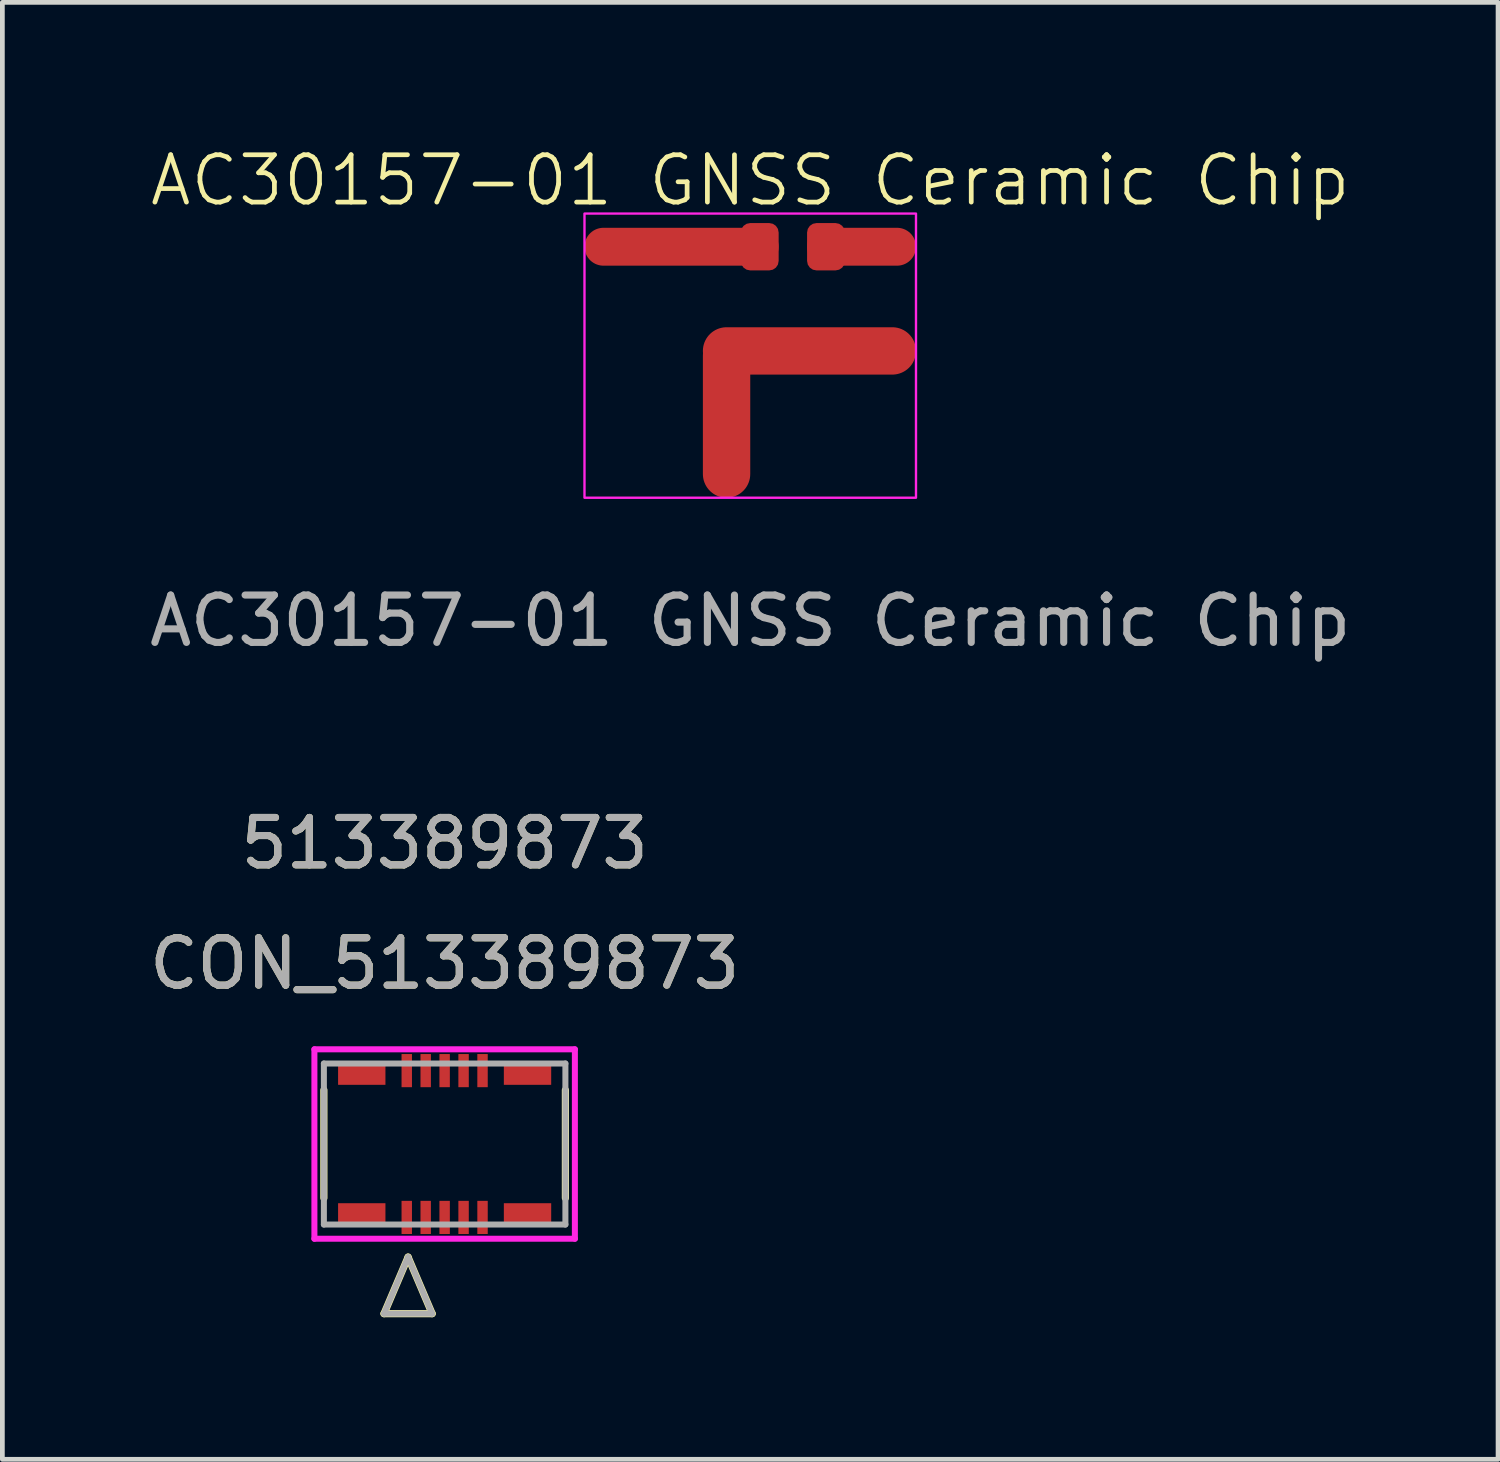
<source format=kicad_pcb>
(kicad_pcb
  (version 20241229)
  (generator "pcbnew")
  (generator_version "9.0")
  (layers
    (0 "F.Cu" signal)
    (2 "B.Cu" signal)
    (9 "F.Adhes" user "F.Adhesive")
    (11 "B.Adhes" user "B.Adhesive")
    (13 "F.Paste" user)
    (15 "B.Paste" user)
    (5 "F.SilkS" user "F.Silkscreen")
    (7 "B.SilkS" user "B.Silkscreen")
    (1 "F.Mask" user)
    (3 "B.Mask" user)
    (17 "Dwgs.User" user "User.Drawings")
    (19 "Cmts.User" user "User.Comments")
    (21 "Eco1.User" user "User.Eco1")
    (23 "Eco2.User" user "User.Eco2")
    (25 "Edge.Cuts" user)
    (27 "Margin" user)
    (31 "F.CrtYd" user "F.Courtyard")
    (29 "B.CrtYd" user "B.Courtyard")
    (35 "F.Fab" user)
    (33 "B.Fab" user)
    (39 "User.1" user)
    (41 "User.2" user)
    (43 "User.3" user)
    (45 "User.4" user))
  (footprint "CON_513389873"
    (layer "F.Cu")
    (at 6.339 21.107)
    (property "Reference" "CON_513389873" (at 0 -3.81 0) (unlocked yes) (layer "F.SilkS") (effects (font (size 1 1) (thickness 0.15))))
    (attr smd)
    (fp_line (start -2.55 -1.139) (end -2.55 1.139) (stroke (width 0.152) (type solid)) (layer "F.SilkS"))
    (fp_line (start -1.28 3.582) (end -0.772 2.388) (stroke (width 0.152) (type solid)) (layer "F.SilkS"))
    (fp_line (start -1.28 3.582) (end -0.264 3.582) (stroke (width 0.152) (type solid)) (layer "F.SilkS"))
    (fp_line (start -0.264 3.582) (end -0.772 2.388) (stroke (width 0.152) (type solid)) (layer "F.SilkS"))
    (fp_line (start 2.55 1.139) (end 2.55 -1.139) (stroke (width 0.152) (type solid)) (layer "F.SilkS"))
    (fp_line (start -2.75 -2) (end -2.75 2) (stroke (width 0.127) (type solid)) (layer "F.CrtYd"))
    (fp_line (start -2.75 2) (end 2.75 2) (stroke (width 0.127) (type solid)) (layer "F.CrtYd"))
    (fp_line (start 2.75 -2) (end -2.75 -2) (stroke (width 0.127) (type solid)) (layer "F.CrtYd"))
    (fp_line (start 2.75 2) (end 2.75 -2) (stroke (width 0.127) (type solid)) (layer "F.CrtYd"))
    (fp_line (start -2.55 -1.7) (end -2.55 1.7) (stroke (width 0.127) (type solid)) (layer "F.Fab"))
    (fp_line (start -2.55 1.7) (end 2.55 1.7) (stroke (width 0.127) (type solid)) (layer "F.Fab"))
    (fp_line (start -1.28 3.582) (end -0.772 2.388) (stroke (width 0.127) (type solid)) (layer "F.Fab"))
    (fp_line (start -1.28 3.582) (end -0.264 3.582) (stroke (width 0.127) (type solid)) (layer "F.Fab"))
    (fp_line (start -0.264 3.582) (end -0.772 2.388) (stroke (width 0.127) (type solid)) (layer "F.Fab"))
    (fp_line (start 2.55 -1.7) (end -2.55 -1.7) (stroke (width 0.127) (type solid)) (layer "F.Fab"))
    (fp_line (start 2.55 1.7) (end 2.55 -1.7) (stroke (width 0.127) (type solid)) (layer "F.Fab"))
    (fp_text user "513389873" (at 0 -6.35 0) (unlocked yes) (layer "F.SilkS") (effects (font (size 1 1) (thickness 0.15))))
    (fp_text user "513389873" (at 0 -6.35 0) (unlocked yes) (layer "F.Fab") (effects (font (size 1 1) (thickness 0.15))))
    (fp_text user "${REFERENCE}" (at 0 -3.81 0) (unlocked yes) (layer "F.Fab") (effects (font (size 1 1) (thickness 0.15))))
    (pad "1" smd rect (at -0.8 1.55) (size 0.22 0.7) (layers "F.Cu" "F.Mask" "F.Paste"))
    (pad "2" smd rect (at -0.4 1.55) (size 0.22 0.7) (layers "F.Cu" "F.Mask" "F.Paste"))
    (pad "3" smd rect (at 0 1.55) (size 0.22 0.7) (layers "F.Cu" "F.Mask" "F.Paste"))
    (pad "4" smd rect (at 0.4 1.55) (size 0.22 0.7) (layers "F.Cu" "F.Mask" "F.Paste"))
    (pad "5" smd rect (at 0.8 1.55) (size 0.22 0.7) (layers "F.Cu" "F.Mask" "F.Paste"))
    (pad "6" smd rect (at -0.8 -1.55) (size 0.22 0.7) (layers "F.Cu" "F.Mask" "F.Paste"))
    (pad "7" smd rect (at -0.4 -1.55) (size 0.22 0.7) (layers "F.Cu" "F.Mask" "F.Paste"))
    (pad "8" smd rect (at 0 -1.55) (size 0.22 0.7) (layers "F.Cu" "F.Mask" "F.Paste"))
    (pad "9" smd rect (at 0.4 -1.55) (size 0.22 0.7) (layers "F.Cu" "F.Mask" "F.Paste"))
    (pad "10" smd rect (at 0.8 -1.55) (size 0.22 0.7) (layers "F.Cu" "F.Mask" "F.Paste"))
    (pad "P1" smd rect (at -1.75 1.5) (size 1 0.5) (layers "F.Cu" "F.Mask" "F.Paste"))
    (pad "P2" smd rect (at 1.75 1.5) (size 1 0.5) (layers "F.Cu" "F.Mask" "F.Paste"))
    (pad "P3" smd rect (at -1.75 -1.5) (size 1 0.5) (layers "F.Cu" "F.Mask" "F.Paste"))
    (pad "P4" smd rect (at 1.75 -1.5) (size 1 0.5) (layers "F.Cu" "F.Mask" "F.Paste")))
  (footprint "AC30157-01 GNSS Ceramic Chip"
    (layer "F.Cu")
    (at 12.792 4.46)
    (property "Reference" "AC30157-01 GNSS Ceramic Chip" (at 0 -3.7 0) (unlocked yes) (layer "F.SilkS") (effects (font (size 1 1) (thickness 0.1))))
    (attr smd)
    (fp_line (start -0.5 -0.1) (end 3 -0.1) (stroke (width 1) (type default)) (layer "F.Cu"))
    (fp_line (start -0.5 2.5) (end -0.5 0) (stroke (width 1) (type default)) (layer "F.Cu"))
    (fp_line (start 0.2 -2.3) (end -3.1 -2.3) (stroke (width 0.8) (type default)) (layer "F.Cu"))
    (fp_line (start 1.6 -2.3) (end 3.1 -2.3) (stroke (width 0.8) (type default)) (layer "F.Cu"))
    (fp_rect (start -3.5 -3) (end 3.5 3) (stroke (width 0.05) (type default)) (fill no) (layer "F.CrtYd"))
    (fp_text user "${REFERENCE}" (at 0 5.6 0) (unlocked yes) (layer "F.Fab") (effects (font (size 1 1) (thickness 0.15))))
    (pad "1" smd roundrect (at 1.6 -2.3 180) (size 0.8 1) (layers "F.Cu" "F.Mask" "F.Paste") (roundrect_rratio 0.25))
    (pad "2" smd roundrect (at 0.2 -2.3 180) (size 0.8 1) (layers "F.Cu" "F.Mask" "F.Paste") (roundrect_rratio 0.25)))
  (gr_rect
    (start -3 -3)
    (end 28.583 27.765)
    (stroke (width 0.1) (type default))
    (fill no)
    (layer "Edge.Cuts")))
</source>
